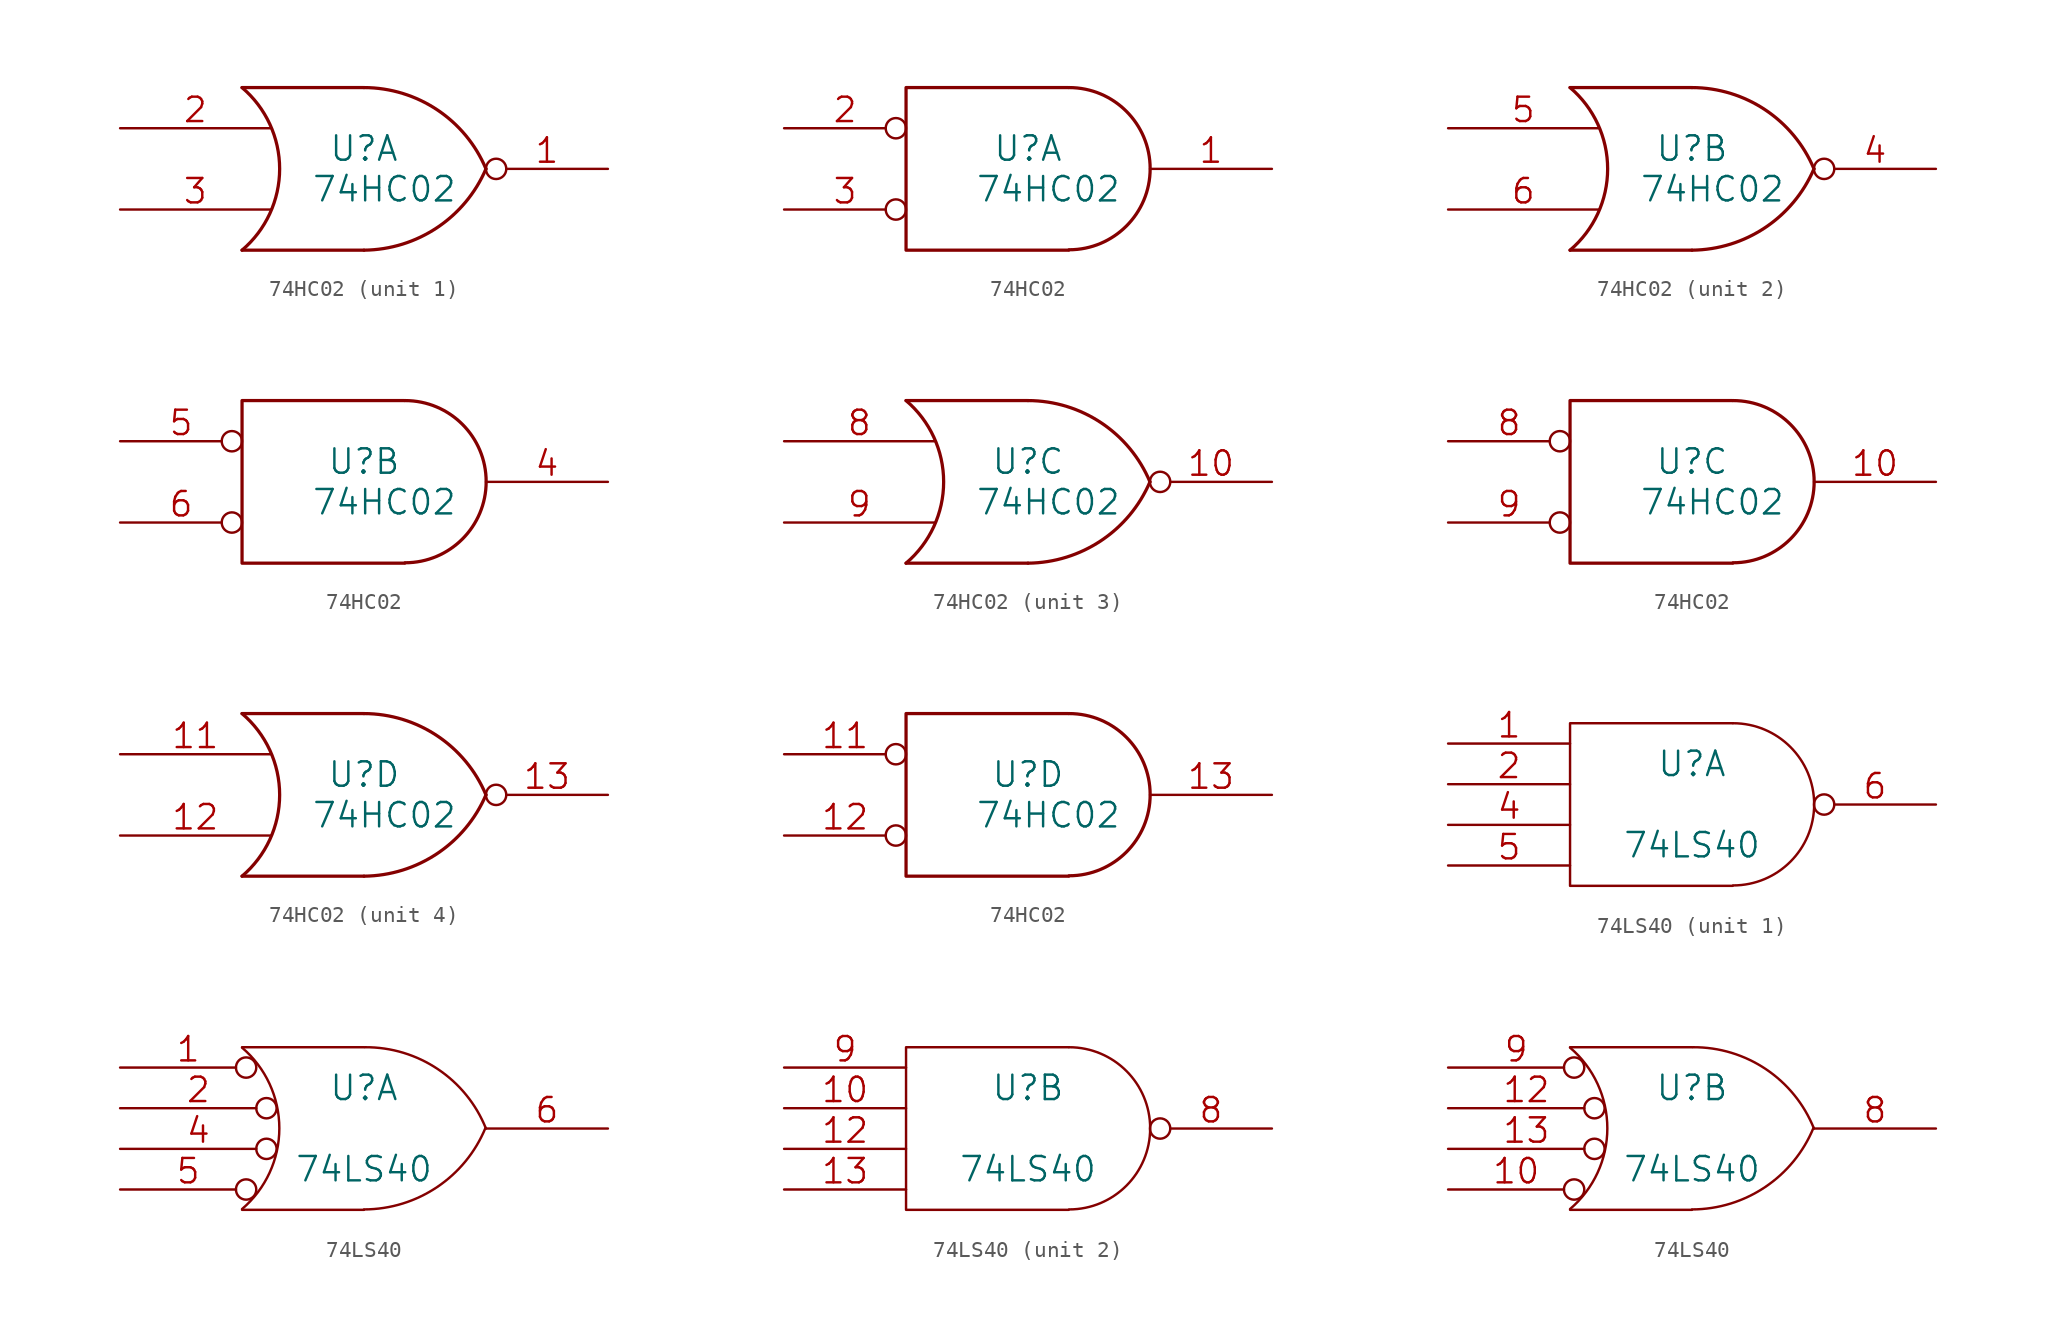
<source format=kicad_sym>
(kicad_symbol_lib
  (version 20241209)
  (generator "kicad_symbol_editor")
  (generator_version "9.0")
  (symbol "74HC02"
    (pin_names
      (offset 0.762))
    (property "Reference" "U"
      (at 0 1.27 0)
      (effects (font (size 1.524 1.524))))
    (property "Value" "74HC02"
      (at 1.27 -1.27 0)
      (effects (font (size 1.524 1.524))))
    (property "Footprint" ""
      (at 0 0 0)
      (effects (font (size 1.524 1.524))))
    (property "Datasheet" ""
      (at 0 0 0)
      (effects (font (size 1.524 1.524))))
    (symbol "74HC02_0_0"
      (pin power_in line (at -5.08 5.08 270) (length 0) (hide yes) (name "VCC" (effects (font (size 1.016 1.016)))) (number "14" (effects (font (size 1.016 1.016)))))
      (pin power_in line (at -5.08 -5.08 90) (length 0) (hide yes) (name "GND" (effects (font (size 1.016 1.016)))) (number "7" (effects (font (size 1.016 1.016))))))
    (symbol "74HC02_0_1"
      (arc (start -7.62 5.08) (mid -5.2708 0) (end -7.62 -5.08) (stroke (width 0.2032) (type solid)) (fill (type none)))
      (polyline (pts (xy -7.62 5.08) (xy 0 5.08)) (stroke (width 0.203) (type solid)) (fill (type none)))
      (polyline (pts (xy -7.62 -5.08) (xy 0 -5.08)) (stroke (width 0.203) (type solid)) (fill (type none)))
      (arc (start 7.62 0) (mid 4.5684 -3.6712) (end 0 -5.08) (stroke (width 0.2032) (type solid)) (fill (type none)))
      (arc (start 0 5.08) (mid 4.577 3.6883) (end 7.62 0) (stroke (width 0.2032) (type solid)) (fill (type none))))
    (symbol "74HC02_0_2"
      (polyline (pts (xy 2.54 5.08) (xy -7.62 5.08) (xy -7.62 -5.08) (xy 2.54 -5.08)) (stroke (width 0.203) (type solid)) (fill (type none)))
      (arc (start 2.5654 5.08) (mid 7.6201 0.0001) (end 2.5654 -5.0546) (stroke (width 0.2032) (type solid)) (fill (type none))))
    (symbol "74HC02_1_1"
      (pin input line (at -15.24 2.54 0) (length 9.398) (name "~" (effects (font (size 1.524 1.524)))) (number "2" (effects (font (size 1.524 1.524)))))
      (pin input line (at -15.24 -2.54 0) (length 9.398) (name "~" (effects (font (size 1.524 1.524)))) (number "3" (effects (font (size 1.524 1.524)))))
      (pin output inverted (at 15.24 0 180) (length 7.62) (name "~" (effects (font (size 1.524 1.524)))) (number "1" (effects (font (size 1.524 1.524))))))
    (symbol "74HC02_1_2"
      (pin input inverted (at -15.24 2.54 0) (length 7.62) (name "~" (effects (font (size 1.524 1.524)))) (number "2" (effects (font (size 1.524 1.524)))))
      (pin input inverted (at -15.24 -2.54 0) (length 7.62) (name "~" (effects (font (size 1.524 1.524)))) (number "3" (effects (font (size 1.524 1.524)))))
      (pin output line (at 15.24 0 180) (length 7.62) (name "~" (effects (font (size 1.524 1.524)))) (number "1" (effects (font (size 1.524 1.524))))))
    (symbol "74HC02_2_1"
      (pin input line (at -15.24 2.54 0) (length 9.398) (name "~" (effects (font (size 1.524 1.524)))) (number "5" (effects (font (size 1.524 1.524)))))
      (pin input line (at -15.24 -2.54 0) (length 9.398) (name "~" (effects (font (size 1.524 1.524)))) (number "6" (effects (font (size 1.524 1.524)))))
      (pin output inverted (at 15.24 0 180) (length 7.62) (name "~" (effects (font (size 1.524 1.524)))) (number "4" (effects (font (size 1.524 1.524))))))
    (symbol "74HC02_2_2"
      (pin input inverted (at -15.24 2.54 0) (length 7.62) (name "~" (effects (font (size 1.524 1.524)))) (number "5" (effects (font (size 1.524 1.524)))))
      (pin input inverted (at -15.24 -2.54 0) (length 7.62) (name "~" (effects (font (size 1.524 1.524)))) (number "6" (effects (font (size 1.524 1.524)))))
      (pin output line (at 15.24 0 180) (length 7.62) (name "~" (effects (font (size 1.524 1.524)))) (number "4" (effects (font (size 1.524 1.524))))))
    (symbol "74HC02_3_1"
      (pin input line (at -15.24 2.54 0) (length 9.398) (name "~" (effects (font (size 1.524 1.524)))) (number "8" (effects (font (size 1.524 1.524)))))
      (pin input line (at -15.24 -2.54 0) (length 9.398) (name "~" (effects (font (size 1.524 1.524)))) (number "9" (effects (font (size 1.524 1.524)))))
      (pin output inverted (at 15.24 0 180) (length 7.62) (name "~" (effects (font (size 1.524 1.524)))) (number "10" (effects (font (size 1.524 1.524))))))
    (symbol "74HC02_3_2"
      (pin input inverted (at -15.24 2.54 0) (length 7.62) (name "~" (effects (font (size 1.524 1.524)))) (number "8" (effects (font (size 1.524 1.524)))))
      (pin input inverted (at -15.24 -2.54 0) (length 7.62) (name "~" (effects (font (size 1.524 1.524)))) (number "9" (effects (font (size 1.524 1.524)))))
      (pin output line (at 15.24 0 180) (length 7.62) (name "~" (effects (font (size 1.524 1.524)))) (number "10" (effects (font (size 1.524 1.524))))))
    (symbol "74HC02_4_1"
      (pin input line (at -15.24 2.54 0) (length 9.398) (name "~" (effects (font (size 1.524 1.524)))) (number "11" (effects (font (size 1.524 1.524)))))
      (pin input line (at -15.24 -2.54 0) (length 9.398) (name "~" (effects (font (size 1.524 1.524)))) (number "12" (effects (font (size 1.524 1.524)))))
      (pin output inverted (at 15.24 0 180) (length 7.62) (name "~" (effects (font (size 1.524 1.524)))) (number "13" (effects (font (size 1.524 1.524))))))
    (symbol "74HC02_4_2"
      (pin input inverted (at -15.24 2.54 0) (length 7.62) (name "~" (effects (font (size 1.524 1.524)))) (number "11" (effects (font (size 1.524 1.524)))))
      (pin input inverted (at -15.24 -2.54 0) (length 7.62) (name "~" (effects (font (size 1.524 1.524)))) (number "12" (effects (font (size 1.524 1.524)))))
      (pin output line (at 15.24 0 180) (length 7.62) (name "~" (effects (font (size 1.524 1.524)))) (number "13" (effects (font (size 1.524 1.524)))))))
  (symbol "74LS40"
    (pin_names
      (offset 0.762))
    (property "Reference" "U"
      (at 0 2.54 0)
      (effects (font (size 1.524 1.524))))
    (property "Value" "74LS40"
      (at 0 -2.54 0)
      (effects (font (size 1.524 1.524))))
    (property "Footprint" ""
      (at 0 0 0)
      (effects (font (size 1.524 1.524))))
    (property "Datasheet" ""
      (at 0 0 0)
      (effects (font (size 1.524 1.524))))
    (symbol "74LS40_0_0"
      (pin power_in line (at -5.08 5.08 90) (length 0) (hide yes) (name "VCC" (effects (font (size 1.524 1.524)))) (number "14" (effects (font (size 1.524 1.524)))))
      (pin power_in line (at -5.08 -5.08 90) (length 0) (hide yes) (name "GND" (effects (font (size 1.524 1.524)))) (number "7" (effects (font (size 1.524 1.524))))))
    (symbol "74LS40_0_1"
      (polyline (pts (xy 2.54 5.08) (xy -7.62 5.08) (xy -7.62 -5.08) (xy 2.54 -5.08)) (stroke (width 0) (type solid)) (fill (type none)))
      (arc (start 2.5654 5.08) (mid 7.6201 0.0001) (end 2.5654 -5.0546) (stroke (width 0) (type solid)) (fill (type none))))
    (symbol "74LS40_0_2"
      (arc (start -7.62 5.0546) (mid -5.2901 0.0083) (end -7.62 -5.0292) (stroke (width 0) (type solid)) (fill (type none)))
      (polyline (pts (xy -7.62 5.08) (xy 0 5.08)) (stroke (width 0) (type solid)) (fill (type none)))
      (polyline (pts (xy -7.62 -5.08) (xy 0 -5.08)) (stroke (width 0) (type solid)) (fill (type none)))
      (arc (start 7.5946 0.0508) (mid 4.5708 -3.6562) (end 0 -5.0546) (stroke (width 0) (type solid)) (fill (type none)))
      (arc (start 0.0508 5.08) (mid 4.6217 3.7074) (end 7.62 0) (stroke (width 0) (type solid)) (fill (type none))))
    (symbol "74LS40_1_1"
      (pin input line (at -15.24 3.81 0) (length 7.62) (name "~" (effects (font (size 1.524 1.524)))) (number "1" (effects (font (size 1.524 1.524)))))
      (pin input line (at -15.24 1.27 0) (length 7.62) (name "~" (effects (font (size 1.524 1.524)))) (number "2" (effects (font (size 1.524 1.524)))))
      (pin input line (at -15.24 -1.27 0) (length 7.62) (name "~" (effects (font (size 1.524 1.524)))) (number "4" (effects (font (size 1.524 1.524)))))
      (pin input line (at -15.24 -3.81 0) (length 7.62) (name "~" (effects (font (size 1.524 1.524)))) (number "5" (effects (font (size 1.524 1.524)))))
      (pin output inverted (at 15.24 0 180) (length 7.62) (name "~" (effects (font (size 1.524 1.524)))) (number "6" (effects (font (size 1.524 1.524))))))
    (symbol "74LS40_1_2"
      (pin input inverted (at -15.24 3.81 0) (length 8.509) (name "~" (effects (font (size 1.524 1.524)))) (number "1" (effects (font (size 1.524 1.524)))))
      (pin input inverted (at -15.24 1.27 0) (length 9.779) (name "~" (effects (font (size 1.524 1.524)))) (number "2" (effects (font (size 1.524 1.524)))))
      (pin output inverted (at -15.24 -1.27 0) (length 9.779) (name "~" (effects (font (size 1.524 1.524)))) (number "4" (effects (font (size 1.524 1.524)))))
      (pin input inverted (at -15.24 -3.81 0) (length 8.509) (name "~" (effects (font (size 1.524 1.524)))) (number "5" (effects (font (size 1.524 1.524)))))
      (pin output line (at 15.24 0 180) (length 7.62) (name "~" (effects (font (size 1.524 1.524)))) (number "6" (effects (font (size 1.524 1.524))))))
    (symbol "74LS40_2_1"
      (pin input line (at -15.24 3.81 0) (length 7.62) (name "~" (effects (font (size 1.524 1.524)))) (number "9" (effects (font (size 1.524 1.524)))))
      (pin input line (at -15.24 1.27 0) (length 7.62) (name "~" (effects (font (size 1.524 1.524)))) (number "10" (effects (font (size 1.524 1.524)))))
      (pin input line (at -15.24 -1.27 0) (length 7.62) (name "~" (effects (font (size 1.524 1.524)))) (number "12" (effects (font (size 1.524 1.524)))))
      (pin input line (at -15.24 -3.81 0) (length 7.62) (name "~" (effects (font (size 1.524 1.524)))) (number "13" (effects (font (size 1.524 1.524)))))
      (pin output inverted (at 15.24 0 180) (length 7.62) (name "~" (effects (font (size 1.524 1.524)))) (number "8" (effects (font (size 1.524 1.524))))))
    (symbol "74LS40_2_2"
      (pin input inverted (at -15.24 3.81 0) (length 8.509) (name "~" (effects (font (size 1.524 1.524)))) (number "9" (effects (font (size 1.524 1.524)))))
      (pin input inverted (at -15.24 1.27 0) (length 9.779) (name "~" (effects (font (size 1.524 1.524)))) (number "12" (effects (font (size 1.524 1.524)))))
      (pin input inverted (at -15.24 -1.27 0) (length 9.779) (name "~" (effects (font (size 1.524 1.524)))) (number "13" (effects (font (size 1.524 1.524)))))
      (pin input inverted (at -15.24 -3.81 0) (length 8.509) (name "~" (effects (font (size 1.524 1.524)))) (number "10" (effects (font (size 1.524 1.524)))))
      (pin output line (at 15.24 0 180) (length 7.62) (name "~" (effects (font (size 1.524 1.524)))) (number "8" (effects (font (size 1.524 1.524))))))))
</source>
